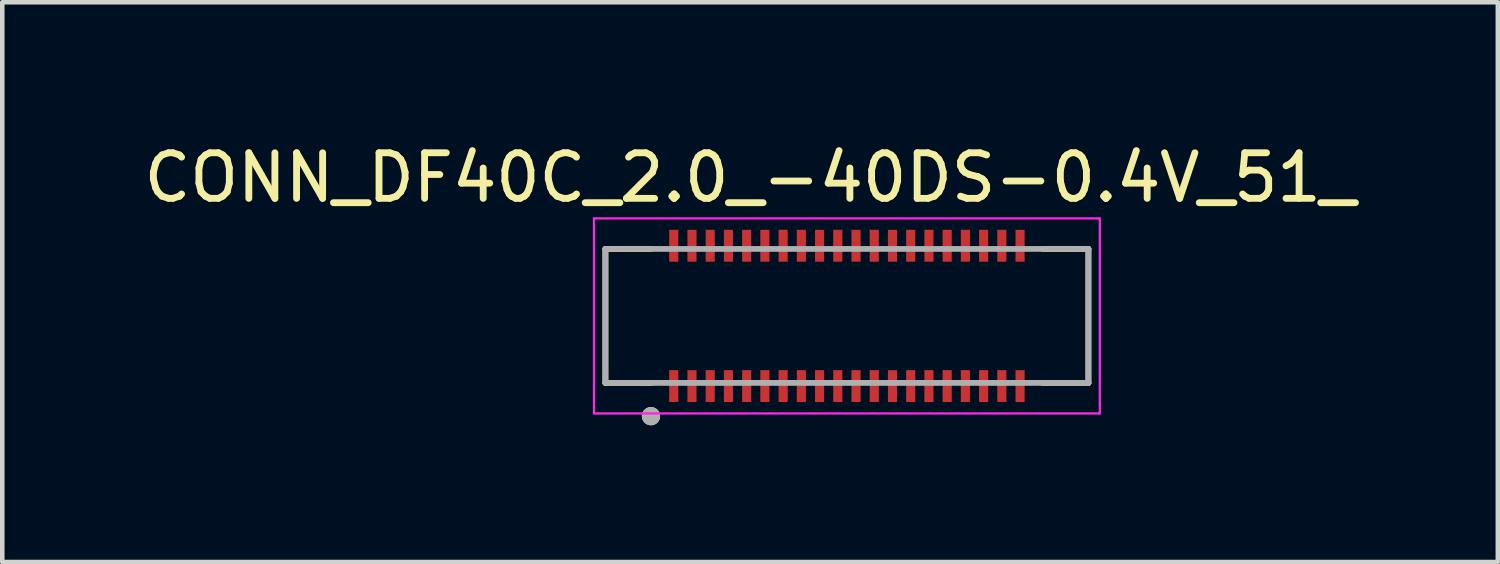
<source format=kicad_pcb>
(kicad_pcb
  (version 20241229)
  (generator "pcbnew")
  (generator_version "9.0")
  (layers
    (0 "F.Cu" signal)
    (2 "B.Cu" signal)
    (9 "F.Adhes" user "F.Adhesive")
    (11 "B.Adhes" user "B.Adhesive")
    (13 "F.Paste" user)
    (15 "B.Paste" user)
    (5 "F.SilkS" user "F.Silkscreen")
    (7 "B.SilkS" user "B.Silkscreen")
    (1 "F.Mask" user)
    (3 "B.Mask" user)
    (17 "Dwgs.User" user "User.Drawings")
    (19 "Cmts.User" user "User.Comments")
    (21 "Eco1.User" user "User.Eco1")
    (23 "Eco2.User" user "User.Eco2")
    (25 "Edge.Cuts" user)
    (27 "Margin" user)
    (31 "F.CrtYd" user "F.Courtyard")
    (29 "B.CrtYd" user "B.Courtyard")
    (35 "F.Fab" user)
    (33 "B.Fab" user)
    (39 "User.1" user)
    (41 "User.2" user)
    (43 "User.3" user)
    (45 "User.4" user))
  (footprint "CONN_DF40C_2.0_-40DS-0.4V_51_"
    (layer "F.Cu")
    (at 15.536 3.883)
    (property "Reference" "CONN_DF40C_2.0_-40DS-0.4V_51_" (at -2.125 -3.035 0) (layer "F.SilkS") (effects (font (size 1 1) (thickness 0.15))))
    (attr smd)
    (fp_line (start -5.3 -1.47) (end -4.3 -1.47) (stroke (width 0.127) (type solid)) (layer "F.SilkS"))
    (fp_line (start -5.3 1.47) (end -5.3 -1.47) (stroke (width 0.127) (type solid)) (layer "F.SilkS"))
    (fp_line (start -5.3 1.47) (end -4.3 1.47) (stroke (width 0.127) (type solid)) (layer "F.SilkS"))
    (fp_line (start 5.3 -1.47) (end 4.3 -1.47) (stroke (width 0.127) (type solid)) (layer "F.SilkS"))
    (fp_line (start 5.3 -1.47) (end 5.3 1.47) (stroke (width 0.127) (type solid)) (layer "F.SilkS"))
    (fp_line (start 5.3 1.47) (end 4.3 1.47) (stroke (width 0.127) (type solid)) (layer "F.SilkS"))
    (fp_circle (center -4.3 2.2) (end -4.2 2.2) (stroke (width 0.2) (type solid)) (fill no) (layer "F.SilkS"))
    (fp_line (start -5.55 -2.14) (end 5.55 -2.14) (stroke (width 0.05) (type solid)) (layer "F.CrtYd"))
    (fp_line (start -5.55 2.14) (end -5.55 -2.14) (stroke (width 0.05) (type solid)) (layer "F.CrtYd"))
    (fp_line (start 5.55 -2.14) (end 5.55 2.14) (stroke (width 0.05) (type solid)) (layer "F.CrtYd"))
    (fp_line (start 5.55 2.14) (end -5.55 2.14) (stroke (width 0.05) (type solid)) (layer "F.CrtYd"))
    (fp_line (start -5.3 -1.47) (end 5.3 -1.47) (stroke (width 0.127) (type solid)) (layer "F.Fab"))
    (fp_line (start -5.3 1.47) (end -5.3 -1.47) (stroke (width 0.127) (type solid)) (layer "F.Fab"))
    (fp_line (start 5.3 -1.47) (end 5.3 1.47) (stroke (width 0.127) (type solid)) (layer "F.Fab"))
    (fp_line (start 5.3 1.47) (end -5.3 1.47) (stroke (width 0.127) (type solid)) (layer "F.Fab"))
    (fp_circle (center -4.3 2.2) (end -4.2 2.2) (stroke (width 0.2) (type solid)) (fill no) (layer "F.Fab"))
    (pad "1" smd rect (at -3.8 1.54) (size 0.2 0.7) (layers "F.Cu" "F.Mask" "F.Paste"))
    (pad "2" smd rect (at -3.8 -1.54) (size 0.2 0.7) (layers "F.Cu" "F.Mask" "F.Paste"))
    (pad "3" smd rect (at -3.4 1.54) (size 0.2 0.7) (layers "F.Cu" "F.Mask" "F.Paste"))
    (pad "4" smd rect (at -3.4 -1.54) (size 0.2 0.7) (layers "F.Cu" "F.Mask" "F.Paste"))
    (pad "5" smd rect (at -3 1.54) (size 0.2 0.7) (layers "F.Cu" "F.Mask" "F.Paste"))
    (pad "6" smd rect (at -3 -1.54) (size 0.2 0.7) (layers "F.Cu" "F.Mask" "F.Paste"))
    (pad "7" smd rect (at -2.6 1.54) (size 0.2 0.7) (layers "F.Cu" "F.Mask" "F.Paste"))
    (pad "8" smd rect (at -2.6 -1.54) (size 0.2 0.7) (layers "F.Cu" "F.Mask" "F.Paste"))
    (pad "9" smd rect (at -2.2 1.54) (size 0.2 0.7) (layers "F.Cu" "F.Mask" "F.Paste"))
    (pad "10" smd rect (at -2.2 -1.54) (size 0.2 0.7) (layers "F.Cu" "F.Mask" "F.Paste"))
    (pad "11" smd rect (at -1.8 1.54) (size 0.2 0.7) (layers "F.Cu" "F.Mask" "F.Paste"))
    (pad "12" smd rect (at -1.8 -1.54) (size 0.2 0.7) (layers "F.Cu" "F.Mask" "F.Paste"))
    (pad "13" smd rect (at -1.4 1.54) (size 0.2 0.7) (layers "F.Cu" "F.Mask" "F.Paste"))
    (pad "14" smd rect (at -1.4 -1.54) (size 0.2 0.7) (layers "F.Cu" "F.Mask" "F.Paste"))
    (pad "15" smd rect (at -1 1.54) (size 0.2 0.7) (layers "F.Cu" "F.Mask" "F.Paste"))
    (pad "16" smd rect (at -1 -1.54) (size 0.2 0.7) (layers "F.Cu" "F.Mask" "F.Paste"))
    (pad "17" smd rect (at -0.6 1.54) (size 0.2 0.7) (layers "F.Cu" "F.Mask" "F.Paste"))
    (pad "18" smd rect (at -0.6 -1.54) (size 0.2 0.7) (layers "F.Cu" "F.Mask" "F.Paste"))
    (pad "19" smd rect (at -0.2 1.54) (size 0.2 0.7) (layers "F.Cu" "F.Mask" "F.Paste"))
    (pad "20" smd rect (at -0.2 -1.54) (size 0.2 0.7) (layers "F.Cu" "F.Mask" "F.Paste"))
    (pad "21" smd rect (at 0.2 1.54) (size 0.2 0.7) (layers "F.Cu" "F.Mask" "F.Paste"))
    (pad "22" smd rect (at 0.2 -1.54) (size 0.2 0.7) (layers "F.Cu" "F.Mask" "F.Paste"))
    (pad "23" smd rect (at 0.6 1.54) (size 0.2 0.7) (layers "F.Cu" "F.Mask" "F.Paste"))
    (pad "24" smd rect (at 0.6 -1.54) (size 0.2 0.7) (layers "F.Cu" "F.Mask" "F.Paste"))
    (pad "25" smd rect (at 1 1.54) (size 0.2 0.7) (layers "F.Cu" "F.Mask" "F.Paste"))
    (pad "26" smd rect (at 1 -1.54) (size 0.2 0.7) (layers "F.Cu" "F.Mask" "F.Paste"))
    (pad "27" smd rect (at 1.4 1.54) (size 0.2 0.7) (layers "F.Cu" "F.Mask" "F.Paste"))
    (pad "28" smd rect (at 1.4 -1.54) (size 0.2 0.7) (layers "F.Cu" "F.Mask" "F.Paste"))
    (pad "29" smd rect (at 1.8 1.54) (size 0.2 0.7) (layers "F.Cu" "F.Mask" "F.Paste"))
    (pad "30" smd rect (at 1.8 -1.54) (size 0.2 0.7) (layers "F.Cu" "F.Mask" "F.Paste"))
    (pad "31" smd rect (at 2.2 1.54) (size 0.2 0.7) (layers "F.Cu" "F.Mask" "F.Paste"))
    (pad "32" smd rect (at 2.2 -1.54) (size 0.2 0.7) (layers "F.Cu" "F.Mask" "F.Paste"))
    (pad "33" smd rect (at 2.6 1.54) (size 0.2 0.7) (layers "F.Cu" "F.Mask" "F.Paste"))
    (pad "34" smd rect (at 2.6 -1.54) (size 0.2 0.7) (layers "F.Cu" "F.Mask" "F.Paste"))
    (pad "35" smd rect (at 3 1.54) (size 0.2 0.7) (layers "F.Cu" "F.Mask" "F.Paste"))
    (pad "36" smd rect (at 3 -1.54) (size 0.2 0.7) (layers "F.Cu" "F.Mask" "F.Paste"))
    (pad "37" smd rect (at 3.4 1.54) (size 0.2 0.7) (layers "F.Cu" "F.Mask" "F.Paste"))
    (pad "38" smd rect (at 3.4 -1.54) (size 0.2 0.7) (layers "F.Cu" "F.Mask" "F.Paste"))
    (pad "39" smd rect (at 3.8 1.54) (size 0.2 0.7) (layers "F.Cu" "F.Mask" "F.Paste"))
    (pad "40" smd rect (at 3.8 -1.54) (size 0.2 0.7) (layers "F.Cu" "F.Mask" "F.Paste"))
    (zone (net_name "") (layer "F.Cu") (hatch full 0.508) (connect_pads) (min_thickness 0.01) (filled_areas_thickness no) (keepout (tracks not_allowed) (vias not_allowed) (pads not_allowed) (copperpour not_allowed) (footprints allowed)) (placement (enabled no)) (fill) (polygon (pts (xy 11.636 2.693) (xy 11.836 2.693) (xy 11.836 3.133) (xy 11.636 3.133))))
    (zone (net_name "") (layer "F.Cu") (hatch full 0.508) (connect_pads) (min_thickness 0.01) (filled_areas_thickness no) (keepout (tracks not_allowed) (vias not_allowed) (pads not_allowed) (copperpour not_allowed) (footprints allowed)) (placement (enabled no)) (fill) (polygon (pts (xy 11.636 4.633) (xy 11.836 4.633) (xy 11.836 5.073) (xy 11.636 5.073))))
    (zone (net_name "") (layer "F.Cu") (hatch full 0.508) (connect_pads) (min_thickness 0.01) (filled_areas_thickness no) (keepout (tracks not_allowed) (vias not_allowed) (pads not_allowed) (copperpour not_allowed) (footprints allowed)) (placement (enabled no)) (fill) (polygon (pts (xy 12.036 2.693) (xy 12.236 2.693) (xy 12.236 3.133) (xy 12.036 3.133))))
    (zone (net_name "") (layer "F.Cu") (hatch full 0.508) (connect_pads) (min_thickness 0.01) (filled_areas_thickness no) (keepout (tracks not_allowed) (vias not_allowed) (pads not_allowed) (copperpour not_allowed) (footprints allowed)) (placement (enabled no)) (fill) (polygon (pts (xy 12.036 4.633) (xy 12.236 4.633) (xy 12.236 5.073) (xy 12.036 5.073))))
    (zone (net_name "") (layer "F.Cu") (hatch full 0.508) (connect_pads) (min_thickness 0.01) (filled_areas_thickness no) (keepout (tracks not_allowed) (vias not_allowed) (pads not_allowed) (copperpour not_allowed) (footprints allowed)) (placement (enabled no)) (fill) (polygon (pts (xy 12.436 2.693) (xy 12.636 2.693) (xy 12.636 3.133) (xy 12.436 3.133))))
    (zone (net_name "") (layer "F.Cu") (hatch full 0.508) (connect_pads) (min_thickness 0.01) (filled_areas_thickness no) (keepout (tracks not_allowed) (vias not_allowed) (pads not_allowed) (copperpour not_allowed) (footprints allowed)) (placement (enabled no)) (fill) (polygon (pts (xy 12.436 4.633) (xy 12.636 4.633) (xy 12.636 5.073) (xy 12.436 5.073))))
    (zone (net_name "") (layer "F.Cu") (hatch full 0.508) (connect_pads) (min_thickness 0.01) (filled_areas_thickness no) (keepout (tracks not_allowed) (vias not_allowed) (pads not_allowed) (copperpour not_allowed) (footprints allowed)) (placement (enabled no)) (fill) (polygon (pts (xy 12.836 2.693) (xy 13.036 2.693) (xy 13.036 3.133) (xy 12.836 3.133))))
    (zone (net_name "") (layer "F.Cu") (hatch full 0.508) (connect_pads) (min_thickness 0.01) (filled_areas_thickness no) (keepout (tracks not_allowed) (vias not_allowed) (pads not_allowed) (copperpour not_allowed) (footprints allowed)) (placement (enabled no)) (fill) (polygon (pts (xy 12.836 4.633) (xy 13.036 4.633) (xy 13.036 5.073) (xy 12.836 5.073))))
    (zone (net_name "") (layer "F.Cu") (hatch full 0.508) (connect_pads) (min_thickness 0.01) (filled_areas_thickness no) (keepout (tracks not_allowed) (vias not_allowed) (pads not_allowed) (copperpour not_allowed) (footprints allowed)) (placement (enabled no)) (fill) (polygon (pts (xy 13.236 2.693) (xy 13.436 2.693) (xy 13.436 3.133) (xy 13.236 3.133))))
    (zone (net_name "") (layer "F.Cu") (hatch full 0.508) (connect_pads) (min_thickness 0.01) (filled_areas_thickness no) (keepout (tracks not_allowed) (vias not_allowed) (pads not_allowed) (copperpour not_allowed) (footprints allowed)) (placement (enabled no)) (fill) (polygon (pts (xy 13.236 4.633) (xy 13.436 4.633) (xy 13.436 5.073) (xy 13.236 5.073))))
    (zone (net_name "") (layer "F.Cu") (hatch full 0.508) (connect_pads) (min_thickness 0.01) (filled_areas_thickness no) (keepout (tracks not_allowed) (vias not_allowed) (pads not_allowed) (copperpour not_allowed) (footprints allowed)) (placement (enabled no)) (fill) (polygon (pts (xy 13.636 2.693) (xy 13.836 2.693) (xy 13.836 3.133) (xy 13.636 3.133))))
    (zone (net_name "") (layer "F.Cu") (hatch full 0.508) (connect_pads) (min_thickness 0.01) (filled_areas_thickness no) (keepout (tracks not_allowed) (vias not_allowed) (pads not_allowed) (copperpour not_allowed) (footprints allowed)) (placement (enabled no)) (fill) (polygon (pts (xy 13.636 4.633) (xy 13.836 4.633) (xy 13.836 5.073) (xy 13.636 5.073))))
    (zone (net_name "") (layer "F.Cu") (hatch full 0.508) (connect_pads) (min_thickness 0.01) (filled_areas_thickness no) (keepout (tracks not_allowed) (vias not_allowed) (pads not_allowed) (copperpour not_allowed) (footprints allowed)) (placement (enabled no)) (fill) (polygon (pts (xy 14.036 2.693) (xy 14.236 2.693) (xy 14.236 3.133) (xy 14.036 3.133))))
    (zone (net_name "") (layer "F.Cu") (hatch full 0.508) (connect_pads) (min_thickness 0.01) (filled_areas_thickness no) (keepout (tracks not_allowed) (vias not_allowed) (pads not_allowed) (copperpour not_allowed) (footprints allowed)) (placement (enabled no)) (fill) (polygon (pts (xy 14.036 4.633) (xy 14.236 4.633) (xy 14.236 5.073) (xy 14.036 5.073))))
    (zone (net_name "") (layer "F.Cu") (hatch full 0.508) (connect_pads) (min_thickness 0.01) (filled_areas_thickness no) (keepout (tracks not_allowed) (vias not_allowed) (pads not_allowed) (copperpour not_allowed) (footprints allowed)) (placement (enabled no)) (fill) (polygon (pts (xy 14.436 2.693) (xy 14.636 2.693) (xy 14.636 3.133) (xy 14.436 3.133))))
    (zone (net_name "") (layer "F.Cu") (hatch full 0.508) (connect_pads) (min_thickness 0.01) (filled_areas_thickness no) (keepout (tracks not_allowed) (vias not_allowed) (pads not_allowed) (copperpour not_allowed) (footprints allowed)) (placement (enabled no)) (fill) (polygon (pts (xy 14.436 4.633) (xy 14.636 4.633) (xy 14.636 5.073) (xy 14.436 5.073))))
    (zone (net_name "") (layer "F.Cu") (hatch full 0.508) (connect_pads) (min_thickness 0.01) (filled_areas_thickness no) (keepout (tracks not_allowed) (vias not_allowed) (pads not_allowed) (copperpour not_allowed) (footprints allowed)) (placement (enabled no)) (fill) (polygon (pts (xy 14.836 2.693) (xy 15.036 2.693) (xy 15.036 3.133) (xy 14.836 3.133))))
    (zone (net_name "") (layer "F.Cu") (hatch full 0.508) (connect_pads) (min_thickness 0.01) (filled_areas_thickness no) (keepout (tracks not_allowed) (vias not_allowed) (pads not_allowed) (copperpour not_allowed) (footprints allowed)) (placement (enabled no)) (fill) (polygon (pts (xy 14.836 4.633) (xy 15.036 4.633) (xy 15.036 5.073) (xy 14.836 5.073))))
    (zone (net_name "") (layer "F.Cu") (hatch full 0.508) (connect_pads) (min_thickness 0.01) (filled_areas_thickness no) (keepout (tracks not_allowed) (vias not_allowed) (pads not_allowed) (copperpour not_allowed) (footprints allowed)) (placement (enabled no)) (fill) (polygon (pts (xy 15.236 2.693) (xy 15.436 2.693) (xy 15.436 3.133) (xy 15.236 3.133))))
    (zone (net_name "") (layer "F.Cu") (hatch full 0.508) (connect_pads) (min_thickness 0.01) (filled_areas_thickness no) (keepout (tracks not_allowed) (vias not_allowed) (pads not_allowed) (copperpour not_allowed) (footprints allowed)) (placement (enabled no)) (fill) (polygon (pts (xy 15.236 4.633) (xy 15.436 4.633) (xy 15.436 5.073) (xy 15.236 5.073))))
    (zone (net_name "") (layer "F.Cu") (hatch full 0.508) (connect_pads) (min_thickness 0.01) (filled_areas_thickness no) (keepout (tracks not_allowed) (vias not_allowed) (pads not_allowed) (copperpour not_allowed) (footprints allowed)) (placement (enabled no)) (fill) (polygon (pts (xy 15.636 2.693) (xy 15.836 2.693) (xy 15.836 3.133) (xy 15.636 3.133))))
    (zone (net_name "") (layer "F.Cu") (hatch full 0.508) (connect_pads) (min_thickness 0.01) (filled_areas_thickness no) (keepout (tracks not_allowed) (vias not_allowed) (pads not_allowed) (copperpour not_allowed) (footprints allowed)) (placement (enabled no)) (fill) (polygon (pts (xy 15.636 4.633) (xy 15.836 4.633) (xy 15.836 5.073) (xy 15.636 5.073))))
    (zone (net_name "") (layer "F.Cu") (hatch full 0.508) (connect_pads) (min_thickness 0.01) (filled_areas_thickness no) (keepout (tracks not_allowed) (vias not_allowed) (pads not_allowed) (copperpour not_allowed) (footprints allowed)) (placement (enabled no)) (fill) (polygon (pts (xy 16.036 2.693) (xy 16.236 2.693) (xy 16.236 3.133) (xy 16.036 3.133))))
    (zone (net_name "") (layer "F.Cu") (hatch full 0.508) (connect_pads) (min_thickness 0.01) (filled_areas_thickness no) (keepout (tracks not_allowed) (vias not_allowed) (pads not_allowed) (copperpour not_allowed) (footprints allowed)) (placement (enabled no)) (fill) (polygon (pts (xy 16.036 4.633) (xy 16.236 4.633) (xy 16.236 5.073) (xy 16.036 5.073))))
    (zone (net_name "") (layer "F.Cu") (hatch full 0.508) (connect_pads) (min_thickness 0.01) (filled_areas_thickness no) (keepout (tracks not_allowed) (vias not_allowed) (pads not_allowed) (copperpour not_allowed) (footprints allowed)) (placement (enabled no)) (fill) (polygon (pts (xy 16.436 2.693) (xy 16.636 2.693) (xy 16.636 3.133) (xy 16.436 3.133))))
    (zone (net_name "") (layer "F.Cu") (hatch full 0.508) (connect_pads) (min_thickness 0.01) (filled_areas_thickness no) (keepout (tracks not_allowed) (vias not_allowed) (pads not_allowed) (copperpour not_allowed) (footprints allowed)) (placement (enabled no)) (fill) (polygon (pts (xy 16.436 4.633) (xy 16.636 4.633) (xy 16.636 5.073) (xy 16.436 5.073))))
    (zone (net_name "") (layer "F.Cu") (hatch full 0.508) (connect_pads) (min_thickness 0.01) (filled_areas_thickness no) (keepout (tracks not_allowed) (vias not_allowed) (pads not_allowed) (copperpour not_allowed) (footprints allowed)) (placement (enabled no)) (fill) (polygon (pts (xy 16.836 2.693) (xy 17.036 2.693) (xy 17.036 3.133) (xy 16.836 3.133))))
    (zone (net_name "") (layer "F.Cu") (hatch full 0.508) (connect_pads) (min_thickness 0.01) (filled_areas_thickness no) (keepout (tracks not_allowed) (vias not_allowed) (pads not_allowed) (copperpour not_allowed) (footprints allowed)) (placement (enabled no)) (fill) (polygon (pts (xy 16.836 4.633) (xy 17.036 4.633) (xy 17.036 5.073) (xy 16.836 5.073))))
    (zone (net_name "") (layer "F.Cu") (hatch full 0.508) (connect_pads) (min_thickness 0.01) (filled_areas_thickness no) (keepout (tracks not_allowed) (vias not_allowed) (pads not_allowed) (copperpour not_allowed) (footprints allowed)) (placement (enabled no)) (fill) (polygon (pts (xy 17.236 2.693) (xy 17.436 2.693) (xy 17.436 3.133) (xy 17.236 3.133))))
    (zone (net_name "") (layer "F.Cu") (hatch full 0.508) (connect_pads) (min_thickness 0.01) (filled_areas_thickness no) (keepout (tracks not_allowed) (vias not_allowed) (pads not_allowed) (copperpour not_allowed) (footprints allowed)) (placement (enabled no)) (fill) (polygon (pts (xy 17.236 4.633) (xy 17.436 4.633) (xy 17.436 5.073) (xy 17.236 5.073))))
    (zone (net_name "") (layer "F.Cu") (hatch full 0.508) (connect_pads) (min_thickness 0.01) (filled_areas_thickness no) (keepout (tracks not_allowed) (vias not_allowed) (pads not_allowed) (copperpour not_allowed) (footprints allowed)) (placement (enabled no)) (fill) (polygon (pts (xy 17.636 2.693) (xy 17.836 2.693) (xy 17.836 3.133) (xy 17.636 3.133))))
    (zone (net_name "") (layer "F.Cu") (hatch full 0.508) (connect_pads) (min_thickness 0.01) (filled_areas_thickness no) (keepout (tracks not_allowed) (vias not_allowed) (pads not_allowed) (copperpour not_allowed) (footprints allowed)) (placement (enabled no)) (fill) (polygon (pts (xy 17.636 4.633) (xy 17.836 4.633) (xy 17.836 5.073) (xy 17.636 5.073))))
    (zone (net_name "") (layer "F.Cu") (hatch full 0.508) (connect_pads) (min_thickness 0.01) (filled_areas_thickness no) (keepout (tracks not_allowed) (vias not_allowed) (pads not_allowed) (copperpour not_allowed) (footprints allowed)) (placement (enabled no)) (fill) (polygon (pts (xy 18.036 2.693) (xy 18.236 2.693) (xy 18.236 3.133) (xy 18.036 3.133))))
    (zone (net_name "") (layer "F.Cu") (hatch full 0.508) (connect_pads) (min_thickness 0.01) (filled_areas_thickness no) (keepout (tracks not_allowed) (vias not_allowed) (pads not_allowed) (copperpour not_allowed) (footprints allowed)) (placement (enabled no)) (fill) (polygon (pts (xy 18.036 4.633) (xy 18.236 4.633) (xy 18.236 5.073) (xy 18.036 5.073))))
    (zone (net_name "") (layer "F.Cu") (hatch full 0.508) (connect_pads) (min_thickness 0.01) (filled_areas_thickness no) (keepout (tracks not_allowed) (vias not_allowed) (pads not_allowed) (copperpour not_allowed) (footprints allowed)) (placement (enabled no)) (fill) (polygon (pts (xy 18.436 2.693) (xy 18.636 2.693) (xy 18.636 3.133) (xy 18.436 3.133))))
    (zone (net_name "") (layer "F.Cu") (hatch full 0.508) (connect_pads) (min_thickness 0.01) (filled_areas_thickness no) (keepout (tracks not_allowed) (vias not_allowed) (pads not_allowed) (copperpour not_allowed) (footprints allowed)) (placement (enabled no)) (fill) (polygon (pts (xy 18.436 4.633) (xy 18.636 4.633) (xy 18.636 5.073) (xy 18.436 5.073))))
    (zone (net_name "") (layer "F.Cu") (hatch full 0.508) (connect_pads) (min_thickness 0.01) (filled_areas_thickness no) (keepout (tracks not_allowed) (vias not_allowed) (pads not_allowed) (copperpour not_allowed) (footprints allowed)) (placement (enabled no)) (fill) (polygon (pts (xy 18.836 2.693) (xy 19.036 2.693) (xy 19.036 3.133) (xy 18.836 3.133))))
    (zone (net_name "") (layer "F.Cu") (hatch full 0.508) (connect_pads) (min_thickness 0.01) (filled_areas_thickness no) (keepout (tracks not_allowed) (vias not_allowed) (pads not_allowed) (copperpour not_allowed) (footprints allowed)) (placement (enabled no)) (fill) (polygon (pts (xy 18.836 4.633) (xy 19.036 4.633) (xy 19.036 5.073) (xy 18.836 5.073))))
    (zone (net_name "") (layer "F.Cu") (hatch full 0.508) (connect_pads) (min_thickness 0.01) (filled_areas_thickness no) (keepout (tracks not_allowed) (vias not_allowed) (pads not_allowed) (copperpour not_allowed) (footprints allowed)) (placement (enabled no)) (fill) (polygon (pts (xy 19.236 2.693) (xy 19.436 2.693) (xy 19.436 3.133) (xy 19.236 3.133))))
    (zone (net_name "") (layer "F.Cu") (hatch full 0.508) (connect_pads) (min_thickness 0.01) (filled_areas_thickness no) (keepout (tracks not_allowed) (vias not_allowed) (pads not_allowed) (copperpour not_allowed) (footprints allowed)) (placement (enabled no)) (fill) (polygon (pts (xy 19.236 4.633) (xy 19.436 4.633) (xy 19.436 5.073) (xy 19.236 5.073))))
    (zone (net_name "") (layers "F.Cu" "B.Cu") (hatch full 0.508) (connect_pads) (min_thickness 0.01) (filled_areas_thickness no) (keepout (tracks allowed) (vias not_allowed) (pads allowed) (copperpour allowed) (footprints allowed)) (placement (enabled no)) (fill) (polygon (pts (xy 11.636 2.693) (xy 11.836 2.693) (xy 11.836 3.133) (xy 11.636 3.133))))
    (zone (net_name "") (layers "F.Cu" "B.Cu") (hatch full 0.508) (connect_pads) (min_thickness 0.01) (filled_areas_thickness no) (keepout (tracks allowed) (vias not_allowed) (pads allowed) (copperpour allowed) (footprints allowed)) (placement (enabled no)) (fill) (polygon (pts (xy 11.636 4.633) (xy 11.836 4.633) (xy 11.836 5.073) (xy 11.636 5.073))))
    (zone (net_name "") (layers "F.Cu" "B.Cu") (hatch full 0.508) (connect_pads) (min_thickness 0.01) (filled_areas_thickness no) (keepout (tracks allowed) (vias not_allowed) (pads allowed) (copperpour allowed) (footprints allowed)) (placement (enabled no)) (fill) (polygon (pts (xy 12.036 2.693) (xy 12.236 2.693) (xy 12.236 3.133) (xy 12.036 3.133))))
    (zone (net_name "") (layers "F.Cu" "B.Cu") (hatch full 0.508) (connect_pads) (min_thickness 0.01) (filled_areas_thickness no) (keepout (tracks allowed) (vias not_allowed) (pads allowed) (copperpour allowed) (footprints allowed)) (placement (enabled no)) (fill) (polygon (pts (xy 12.036 4.633) (xy 12.236 4.633) (xy 12.236 5.073) (xy 12.036 5.073))))
    (zone (net_name "") (layers "F.Cu" "B.Cu") (hatch full 0.508) (connect_pads) (min_thickness 0.01) (filled_areas_thickness no) (keepout (tracks allowed) (vias not_allowed) (pads allowed) (copperpour allowed) (footprints allowed)) (placement (enabled no)) (fill) (polygon (pts (xy 12.436 2.693) (xy 12.636 2.693) (xy 12.636 3.133) (xy 12.436 3.133))))
    (zone (net_name "") (layers "F.Cu" "B.Cu") (hatch full 0.508) (connect_pads) (min_thickness 0.01) (filled_areas_thickness no) (keepout (tracks allowed) (vias not_allowed) (pads allowed) (copperpour allowed) (footprints allowed)) (placement (enabled no)) (fill) (polygon (pts (xy 12.436 4.633) (xy 12.636 4.633) (xy 12.636 5.073) (xy 12.436 5.073))))
    (zone (net_name "") (layers "F.Cu" "B.Cu") (hatch full 0.508) (connect_pads) (min_thickness 0.01) (filled_areas_thickness no) (keepout (tracks allowed) (vias not_allowed) (pads allowed) (copperpour allowed) (footprints allowed)) (placement (enabled no)) (fill) (polygon (pts (xy 12.836 2.693) (xy 13.036 2.693) (xy 13.036 3.133) (xy 12.836 3.133))))
    (zone (net_name "") (layers "F.Cu" "B.Cu") (hatch full 0.508) (connect_pads) (min_thickness 0.01) (filled_areas_thickness no) (keepout (tracks allowed) (vias not_allowed) (pads allowed) (copperpour allowed) (footprints allowed)) (placement (enabled no)) (fill) (polygon (pts (xy 12.836 4.633) (xy 13.036 4.633) (xy 13.036 5.073) (xy 12.836 5.073))))
    (zone (net_name "") (layers "F.Cu" "B.Cu") (hatch full 0.508) (connect_pads) (min_thickness 0.01) (filled_areas_thickness no) (keepout (tracks allowed) (vias not_allowed) (pads allowed) (copperpour allowed) (footprints allowed)) (placement (enabled no)) (fill) (polygon (pts (xy 13.236 2.693) (xy 13.436 2.693) (xy 13.436 3.133) (xy 13.236 3.133))))
    (zone (net_name "") (layers "F.Cu" "B.Cu") (hatch full 0.508) (connect_pads) (min_thickness 0.01) (filled_areas_thickness no) (keepout (tracks allowed) (vias not_allowed) (pads allowed) (copperpour allowed) (footprints allowed)) (placement (enabled no)) (fill) (polygon (pts (xy 13.236 4.633) (xy 13.436 4.633) (xy 13.436 5.073) (xy 13.236 5.073))))
    (zone (net_name "") (layers "F.Cu" "B.Cu") (hatch full 0.508) (connect_pads) (min_thickness 0.01) (filled_areas_thickness no) (keepout (tracks allowed) (vias not_allowed) (pads allowed) (copperpour allowed) (footprints allowed)) (placement (enabled no)) (fill) (polygon (pts (xy 13.636 2.693) (xy 13.836 2.693) (xy 13.836 3.133) (xy 13.636 3.133))))
    (zone (net_name "") (layers "F.Cu" "B.Cu") (hatch full 0.508) (connect_pads) (min_thickness 0.01) (filled_areas_thickness no) (keepout (tracks allowed) (vias not_allowed) (pads allowed) (copperpour allowed) (footprints allowed)) (placement (enabled no)) (fill) (polygon (pts (xy 13.636 4.633) (xy 13.836 4.633) (xy 13.836 5.073) (xy 13.636 5.073))))
    (zone (net_name "") (layers "F.Cu" "B.Cu") (hatch full 0.508) (connect_pads) (min_thickness 0.01) (filled_areas_thickness no) (keepout (tracks allowed) (vias not_allowed) (pads allowed) (copperpour allowed) (footprints allowed)) (placement (enabled no)) (fill) (polygon (pts (xy 14.036 2.693) (xy 14.236 2.693) (xy 14.236 3.133) (xy 14.036 3.133))))
    (zone (net_name "") (layers "F.Cu" "B.Cu") (hatch full 0.508) (connect_pads) (min_thickness 0.01) (filled_areas_thickness no) (keepout (tracks allowed) (vias not_allowed) (pads allowed) (copperpour allowed) (footprints allowed)) (placement (enabled no)) (fill) (polygon (pts (xy 14.036 4.633) (xy 14.236 4.633) (xy 14.236 5.073) (xy 14.036 5.073))))
    (zone (net_name "") (layers "F.Cu" "B.Cu") (hatch full 0.508) (connect_pads) (min_thickness 0.01) (filled_areas_thickness no) (keepout (tracks allowed) (vias not_allowed) (pads allowed) (copperpour allowed) (footprints allowed)) (placement (enabled no)) (fill) (polygon (pts (xy 14.436 2.693) (xy 14.636 2.693) (xy 14.636 3.133) (xy 14.436 3.133))))
    (zone (net_name "") (layers "F.Cu" "B.Cu") (hatch full 0.508) (connect_pads) (min_thickness 0.01) (filled_areas_thickness no) (keepout (tracks allowed) (vias not_allowed) (pads allowed) (copperpour allowed) (footprints allowed)) (placement (enabled no)) (fill) (polygon (pts (xy 14.436 4.633) (xy 14.636 4.633) (xy 14.636 5.073) (xy 14.436 5.073))))
    (zone (net_name "") (layers "F.Cu" "B.Cu") (hatch full 0.508) (connect_pads) (min_thickness 0.01) (filled_areas_thickness no) (keepout (tracks allowed) (vias not_allowed) (pads allowed) (copperpour allowed) (footprints allowed)) (placement (enabled no)) (fill) (polygon (pts (xy 14.836 2.693) (xy 15.036 2.693) (xy 15.036 3.133) (xy 14.836 3.133))))
    (zone (net_name "") (layers "F.Cu" "B.Cu") (hatch full 0.508) (connect_pads) (min_thickness 0.01) (filled_areas_thickness no) (keepout (tracks allowed) (vias not_allowed) (pads allowed) (copperpour allowed) (footprints allowed)) (placement (enabled no)) (fill) (polygon (pts (xy 14.836 4.633) (xy 15.036 4.633) (xy 15.036 5.073) (xy 14.836 5.073))))
    (zone (net_name "") (layers "F.Cu" "B.Cu") (hatch full 0.508) (connect_pads) (min_thickness 0.01) (filled_areas_thickness no) (keepout (tracks allowed) (vias not_allowed) (pads allowed) (copperpour allowed) (footprints allowed)) (placement (enabled no)) (fill) (polygon (pts (xy 15.236 2.693) (xy 15.436 2.693) (xy 15.436 3.133) (xy 15.236 3.133))))
    (zone (net_name "") (layers "F.Cu" "B.Cu") (hatch full 0.508) (connect_pads) (min_thickness 0.01) (filled_areas_thickness no) (keepout (tracks allowed) (vias not_allowed) (pads allowed) (copperpour allowed) (footprints allowed)) (placement (enabled no)) (fill) (polygon (pts (xy 15.236 4.633) (xy 15.436 4.633) (xy 15.436 5.073) (xy 15.236 5.073))))
    (zone (net_name "") (layers "F.Cu" "B.Cu") (hatch full 0.508) (connect_pads) (min_thickness 0.01) (filled_areas_thickness no) (keepout (tracks allowed) (vias not_allowed) (pads allowed) (copperpour allowed) (footprints allowed)) (placement (enabled no)) (fill) (polygon (pts (xy 15.636 2.693) (xy 15.836 2.693) (xy 15.836 3.133) (xy 15.636 3.133))))
    (zone (net_name "") (layers "F.Cu" "B.Cu") (hatch full 0.508) (connect_pads) (min_thickness 0.01) (filled_areas_thickness no) (keepout (tracks allowed) (vias not_allowed) (pads allowed) (copperpour allowed) (footprints allowed)) (placement (enabled no)) (fill) (polygon (pts (xy 15.636 4.633) (xy 15.836 4.633) (xy 15.836 5.073) (xy 15.636 5.073))))
    (zone (net_name "") (layers "F.Cu" "B.Cu") (hatch full 0.508) (connect_pads) (min_thickness 0.01) (filled_areas_thickness no) (keepout (tracks allowed) (vias not_allowed) (pads allowed) (copperpour allowed) (footprints allowed)) (placement (enabled no)) (fill) (polygon (pts (xy 16.036 2.693) (xy 16.236 2.693) (xy 16.236 3.133) (xy 16.036 3.133))))
    (zone (net_name "") (layers "F.Cu" "B.Cu") (hatch full 0.508) (connect_pads) (min_thickness 0.01) (filled_areas_thickness no) (keepout (tracks allowed) (vias not_allowed) (pads allowed) (copperpour allowed) (footprints allowed)) (placement (enabled no)) (fill) (polygon (pts (xy 16.036 4.633) (xy 16.236 4.633) (xy 16.236 5.073) (xy 16.036 5.073))))
    (zone (net_name "") (layers "F.Cu" "B.Cu") (hatch full 0.508) (connect_pads) (min_thickness 0.01) (filled_areas_thickness no) (keepout (tracks allowed) (vias not_allowed) (pads allowed) (copperpour allowed) (footprints allowed)) (placement (enabled no)) (fill) (polygon (pts (xy 16.436 2.693) (xy 16.636 2.693) (xy 16.636 3.133) (xy 16.436 3.133))))
    (zone (net_name "") (layers "F.Cu" "B.Cu") (hatch full 0.508) (connect_pads) (min_thickness 0.01) (filled_areas_thickness no) (keepout (tracks allowed) (vias not_allowed) (pads allowed) (copperpour allowed) (footprints allowed)) (placement (enabled no)) (fill) (polygon (pts (xy 16.436 4.633) (xy 16.636 4.633) (xy 16.636 5.073) (xy 16.436 5.073))))
    (zone (net_name "") (layers "F.Cu" "B.Cu") (hatch full 0.508) (connect_pads) (min_thickness 0.01) (filled_areas_thickness no) (keepout (tracks allowed) (vias not_allowed) (pads allowed) (copperpour allowed) (footprints allowed)) (placement (enabled no)) (fill) (polygon (pts (xy 16.836 2.693) (xy 17.036 2.693) (xy 17.036 3.133) (xy 16.836 3.133))))
    (zone (net_name "") (layers "F.Cu" "B.Cu") (hatch full 0.508) (connect_pads) (min_thickness 0.01) (filled_areas_thickness no) (keepout (tracks allowed) (vias not_allowed) (pads allowed) (copperpour allowed) (footprints allowed)) (placement (enabled no)) (fill) (polygon (pts (xy 16.836 4.633) (xy 17.036 4.633) (xy 17.036 5.073) (xy 16.836 5.073))))
    (zone (net_name "") (layers "F.Cu" "B.Cu") (hatch full 0.508) (connect_pads) (min_thickness 0.01) (filled_areas_thickness no) (keepout (tracks allowed) (vias not_allowed) (pads allowed) (copperpour allowed) (footprints allowed)) (placement (enabled no)) (fill) (polygon (pts (xy 17.236 2.693) (xy 17.436 2.693) (xy 17.436 3.133) (xy 17.236 3.133))))
    (zone (net_name "") (layers "F.Cu" "B.Cu") (hatch full 0.508) (connect_pads) (min_thickness 0.01) (filled_areas_thickness no) (keepout (tracks allowed) (vias not_allowed) (pads allowed) (copperpour allowed) (footprints allowed)) (placement (enabled no)) (fill) (polygon (pts (xy 17.236 4.633) (xy 17.436 4.633) (xy 17.436 5.073) (xy 17.236 5.073))))
    (zone (net_name "") (layers "F.Cu" "B.Cu") (hatch full 0.508) (connect_pads) (min_thickness 0.01) (filled_areas_thickness no) (keepout (tracks allowed) (vias not_allowed) (pads allowed) (copperpour allowed) (footprints allowed)) (placement (enabled no)) (fill) (polygon (pts (xy 17.636 2.693) (xy 17.836 2.693) (xy 17.836 3.133) (xy 17.636 3.133))))
    (zone (net_name "") (layers "F.Cu" "B.Cu") (hatch full 0.508) (connect_pads) (min_thickness 0.01) (filled_areas_thickness no) (keepout (tracks allowed) (vias not_allowed) (pads allowed) (copperpour allowed) (footprints allowed)) (placement (enabled no)) (fill) (polygon (pts (xy 17.636 4.633) (xy 17.836 4.633) (xy 17.836 5.073) (xy 17.636 5.073))))
    (zone (net_name "") (layers "F.Cu" "B.Cu") (hatch full 0.508) (connect_pads) (min_thickness 0.01) (filled_areas_thickness no) (keepout (tracks allowed) (vias not_allowed) (pads allowed) (copperpour allowed) (footprints allowed)) (placement (enabled no)) (fill) (polygon (pts (xy 18.036 2.693) (xy 18.236 2.693) (xy 18.236 3.133) (xy 18.036 3.133))))
    (zone (net_name "") (layers "F.Cu" "B.Cu") (hatch full 0.508) (connect_pads) (min_thickness 0.01) (filled_areas_thickness no) (keepout (tracks allowed) (vias not_allowed) (pads allowed) (copperpour allowed) (footprints allowed)) (placement (enabled no)) (fill) (polygon (pts (xy 18.036 4.633) (xy 18.236 4.633) (xy 18.236 5.073) (xy 18.036 5.073))))
    (zone (net_name "") (layers "F.Cu" "B.Cu") (hatch full 0.508) (connect_pads) (min_thickness 0.01) (filled_areas_thickness no) (keepout (tracks allowed) (vias not_allowed) (pads allowed) (copperpour allowed) (footprints allowed)) (placement (enabled no)) (fill) (polygon (pts (xy 18.436 2.693) (xy 18.636 2.693) (xy 18.636 3.133) (xy 18.436 3.133))))
    (zone (net_name "") (layers "F.Cu" "B.Cu") (hatch full 0.508) (connect_pads) (min_thickness 0.01) (filled_areas_thickness no) (keepout (tracks allowed) (vias not_allowed) (pads allowed) (copperpour allowed) (footprints allowed)) (placement (enabled no)) (fill) (polygon (pts (xy 18.436 4.633) (xy 18.636 4.633) (xy 18.636 5.073) (xy 18.436 5.073))))
    (zone (net_name "") (layers "F.Cu" "B.Cu") (hatch full 0.508) (connect_pads) (min_thickness 0.01) (filled_areas_thickness no) (keepout (tracks allowed) (vias not_allowed) (pads allowed) (copperpour allowed) (footprints allowed)) (placement (enabled no)) (fill) (polygon (pts (xy 18.836 2.693) (xy 19.036 2.693) (xy 19.036 3.133) (xy 18.836 3.133))))
    (zone (net_name "") (layers "F.Cu" "B.Cu") (hatch full 0.508) (connect_pads) (min_thickness 0.01) (filled_areas_thickness no) (keepout (tracks allowed) (vias not_allowed) (pads allowed) (copperpour allowed) (footprints allowed)) (placement (enabled no)) (fill) (polygon (pts (xy 18.836 4.633) (xy 19.036 4.633) (xy 19.036 5.073) (xy 18.836 5.073))))
    (zone (net_name "") (layers "F.Cu" "B.Cu") (hatch full 0.508) (connect_pads) (min_thickness 0.01) (filled_areas_thickness no) (keepout (tracks allowed) (vias not_allowed) (pads allowed) (copperpour allowed) (footprints allowed)) (placement (enabled no)) (fill) (polygon (pts (xy 19.236 2.693) (xy 19.436 2.693) (xy 19.436 3.133) (xy 19.236 3.133))))
    (zone (net_name "") (layers "F.Cu" "B.Cu") (hatch full 0.508) (connect_pads) (min_thickness 0.01) (filled_areas_thickness no) (keepout (tracks allowed) (vias not_allowed) (pads allowed) (copperpour allowed) (footprints allowed)) (placement (enabled no)) (fill) (polygon (pts (xy 19.236 4.633) (xy 19.436 4.633) (xy 19.436 5.073) (xy 19.236 5.073)))))
  (gr_rect
    (start -3 -3)
    (end 29.821 9.283)
    (stroke (width 0.1) (type default))
    (fill no)
    (layer "Edge.Cuts")))
</source>
